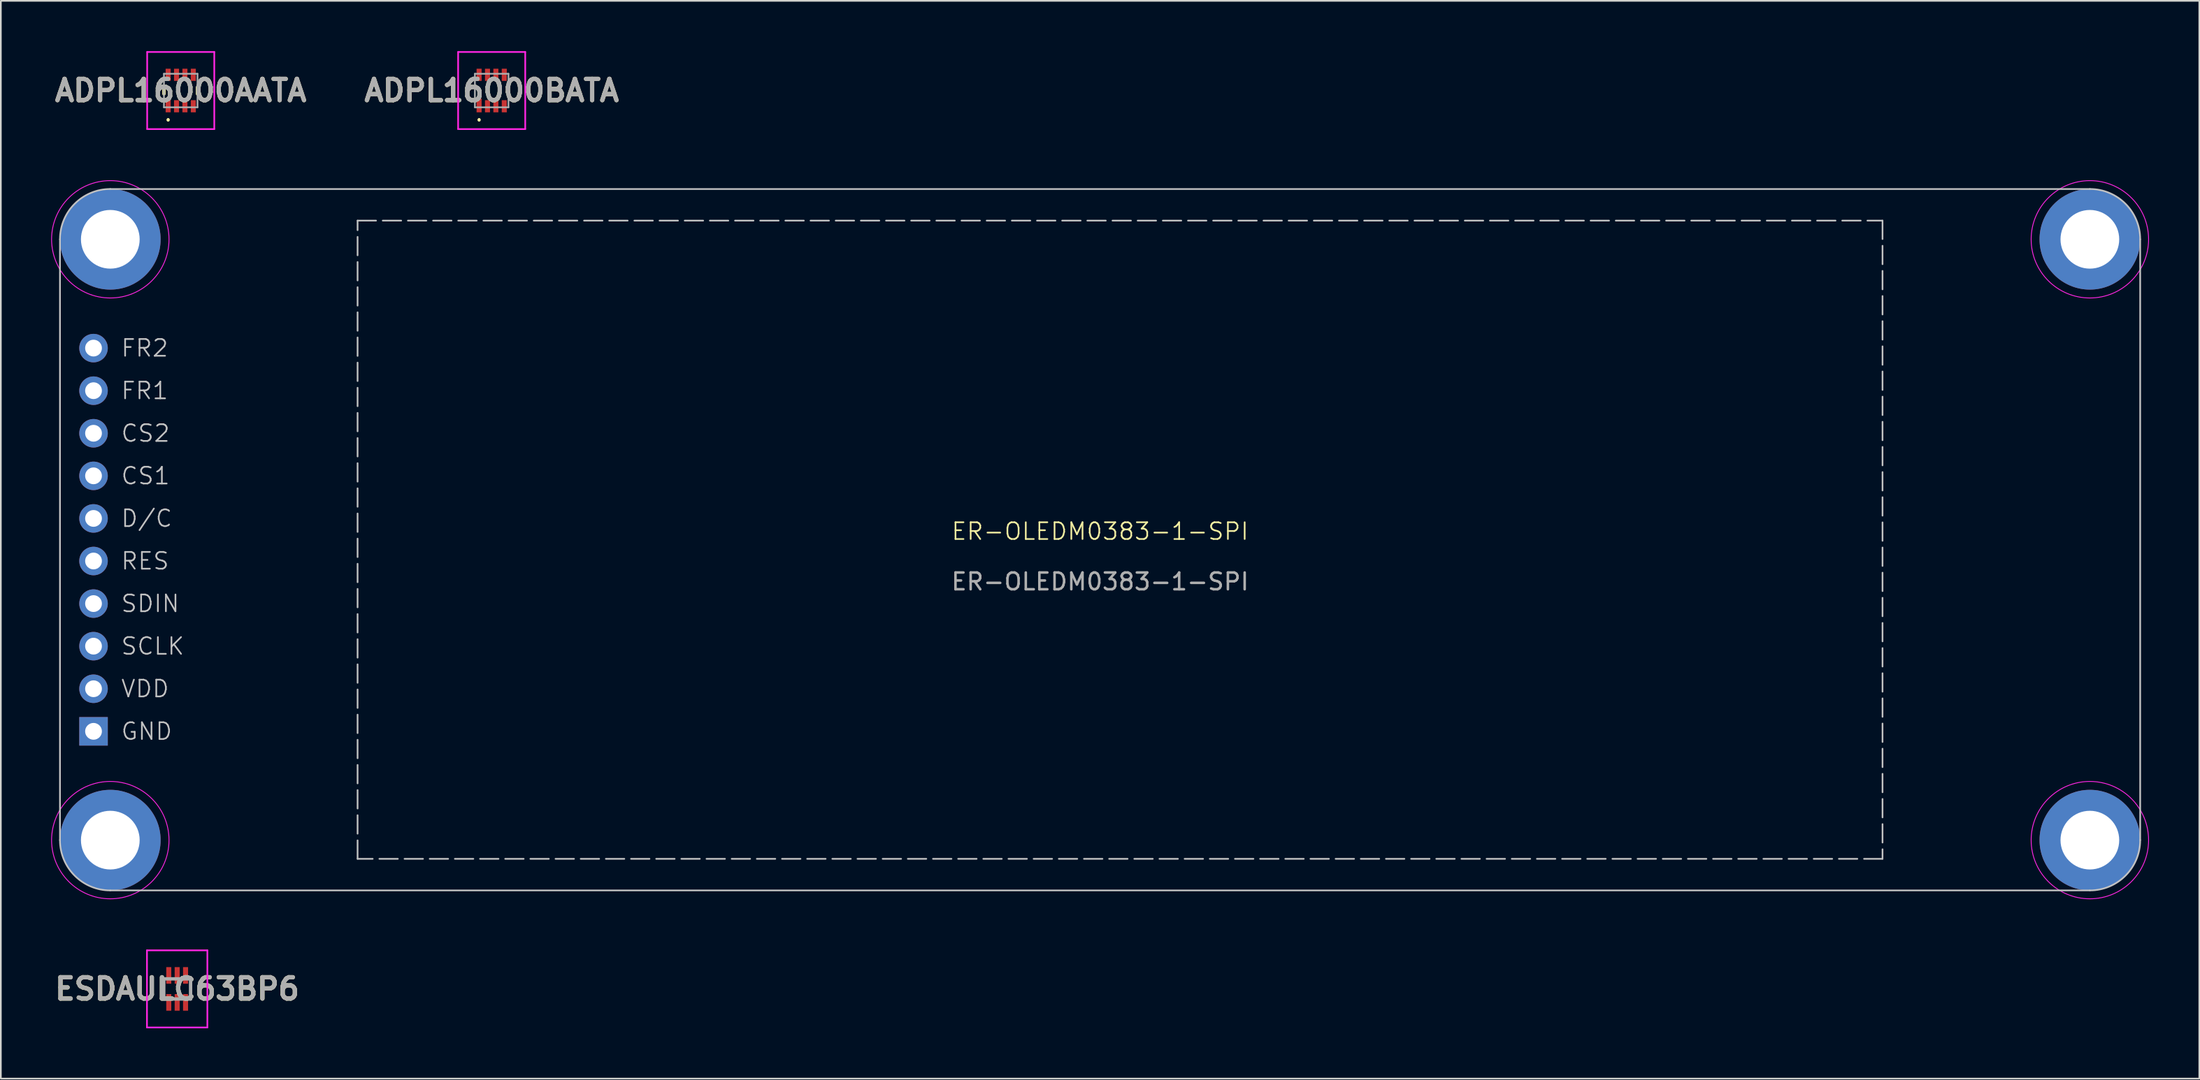
<source format=kicad_pcb>
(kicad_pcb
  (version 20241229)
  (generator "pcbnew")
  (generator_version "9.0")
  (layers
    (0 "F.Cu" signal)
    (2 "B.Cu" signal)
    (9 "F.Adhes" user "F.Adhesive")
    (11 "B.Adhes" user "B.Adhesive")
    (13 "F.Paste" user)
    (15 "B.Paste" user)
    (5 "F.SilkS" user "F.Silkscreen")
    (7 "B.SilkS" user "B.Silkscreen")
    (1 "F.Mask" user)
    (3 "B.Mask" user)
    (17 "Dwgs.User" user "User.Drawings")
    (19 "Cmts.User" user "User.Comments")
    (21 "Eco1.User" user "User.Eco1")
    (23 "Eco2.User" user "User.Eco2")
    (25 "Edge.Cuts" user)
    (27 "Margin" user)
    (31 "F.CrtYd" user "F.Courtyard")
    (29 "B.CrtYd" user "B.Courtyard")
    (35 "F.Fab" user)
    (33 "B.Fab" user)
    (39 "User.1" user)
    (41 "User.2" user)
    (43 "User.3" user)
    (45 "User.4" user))
  (footprint "ADPL16000BATA"
    (layer "F.Cu")
    (at 26.259 2.35)
    (property "Reference" "ADPL16000BATA" (at 0 0 0) (layer "F.SilkS") (effects (font (size 1.27 1.27) (thickness 0.254))))
    (attr smd)
    (fp_line (start -0.75 1.7) (end -0.75 1.7) (stroke (width 0.1) (type solid)) (layer "F.SilkS"))
    (fp_line (start -0.75 1.8) (end -0.75 1.8) (stroke (width 0.1) (type solid)) (layer "F.SilkS"))
    (fp_arc (start -0.75 1.7) (mid -0.7 1.75) (end -0.75 1.8) (stroke (width 0.1) (type solid)) (layer "F.SilkS"))
    (fp_arc (start -0.75 1.8) (mid -0.8 1.75) (end -0.75 1.7) (stroke (width 0.1) (type solid)) (layer "F.SilkS"))
    (fp_line (start -2 -2.3) (end 2 -2.3) (stroke (width 0.1) (type solid)) (layer "F.CrtYd"))
    (fp_line (start -2 2.3) (end -2 -2.3) (stroke (width 0.1) (type solid)) (layer "F.CrtYd"))
    (fp_line (start 2 -2.3) (end 2 2.3) (stroke (width 0.1) (type solid)) (layer "F.CrtYd"))
    (fp_line (start 2 2.3) (end -2 2.3) (stroke (width 0.1) (type solid)) (layer "F.CrtYd"))
    (fp_line (start -1 -1) (end 1 -1) (stroke (width 0.1) (type solid)) (layer "F.Fab"))
    (fp_line (start -1 1) (end -1 -1) (stroke (width 0.1) (type solid)) (layer "F.Fab"))
    (fp_line (start 1 -1) (end 1 1) (stroke (width 0.1) (type solid)) (layer "F.Fab"))
    (fp_line (start 1 1) (end -1 1) (stroke (width 0.1) (type solid)) (layer "F.Fab"))
    (fp_text user "${REFERENCE}" (at 0 0 0) (layer "F.Fab") (effects (font (size 1.27 1.27) (thickness 0.254))))
    (pad "1" smd rect (at -0.75 0.888) (size 0.3 0.825) (layers "F.Cu" "F.Mask" "F.Paste"))
    (pad "2" smd rect (at -0.25 0.938) (size 0.3 0.725) (layers "F.Cu" "F.Mask" "F.Paste"))
    (pad "3" smd rect (at 0.25 0.938) (size 0.3 0.725) (layers "F.Cu" "F.Mask" "F.Paste"))
    (pad "4" smd rect (at 0.75 0.938) (size 0.3 0.725) (layers "F.Cu" "F.Mask" "F.Paste"))
    (pad "5" smd rect (at 0.75 -0.938) (size 0.3 0.725) (layers "F.Cu" "F.Mask" "F.Paste"))
    (pad "6" smd rect (at 0.25 -0.938) (size 0.3 0.725) (layers "F.Cu" "F.Mask" "F.Paste"))
    (pad "7" smd rect (at -0.25 -0.938) (size 0.3 0.725) (layers "F.Cu" "F.Mask" "F.Paste"))
    (pad "8" smd rect (at -0.75 -0.938) (size 0.3 0.725) (layers "F.Cu" "F.Mask" "F.Paste")))
  (footprint "ER-OLEDM0383-1-SPI"
    (layer "F.Cu")
    (at 62.525 29.145)
    (property "Reference" "ER-OLEDM0383-1-SPI" (at 0 -0.5 0) (unlocked yes) (layer "F.SilkS") (effects (font (size 1 1) (thickness 0.1))))
    (attr smd)
    (fp_line (start -62 17.92) (end -62 -17.92) (stroke (width 0.1) (type default)) (layer "Dwgs.User"))
    (fp_line (start -59 -20.92) (end 59 -20.92) (stroke (width 0.1) (type default)) (layer "Dwgs.User"))
    (fp_line (start 59 20.92) (end -59 20.92) (stroke (width 0.1) (type default)) (layer "Dwgs.User"))
    (fp_line (start 62 -17.92) (end 62 17.92) (stroke (width 0.1) (type default)) (layer "Dwgs.User"))
    (fp_rect (start -44.26 -19.035) (end 46.64 19.035) (stroke (width 0.1) (type dash)) (fill no) (layer "Dwgs.User"))
    (fp_arc (start -62 -17.92) (mid -61.12132 -20.04132) (end -59 -20.92) (stroke (width 0.1) (type default)) (layer "Dwgs.User"))
    (fp_arc (start -59 20.92) (mid -61.12132 20.04132) (end -62 17.92) (stroke (width 0.1) (type default)) (layer "Dwgs.User"))
    (fp_arc (start 59 -20.92) (mid 61.12132 -20.04132) (end 62 -17.92) (stroke (width 0.1) (type default)) (layer "Dwgs.User"))
    (fp_arc (start 62 17.92) (mid 61.12132 20.04132) (end 59 20.92) (stroke (width 0.1) (type default)) (layer "Dwgs.User"))
    (fp_circle (center -59 -17.92) (end -55.5 -17.92) (stroke (width 0.05) (type solid)) (fill no) (layer "F.CrtYd"))
    (fp_circle (center -59 17.92) (end -55.5 17.92) (stroke (width 0.05) (type solid)) (fill no) (layer "F.CrtYd"))
    (fp_circle (center 59 -17.92) (end 62.5 -17.92) (stroke (width 0.05) (type solid)) (fill no) (layer "F.CrtYd"))
    (fp_circle (center 59 17.92) (end 62.5 17.92) (stroke (width 0.05) (type solid)) (fill no) (layer "F.CrtYd"))
    (fp_text user "GND" (at -58.42 11.43 0) (unlocked yes) (layer "Dwgs.User") (effects (font (size 1 1) (thickness 0.1)) (justify left)))
    (fp_text user "VDD" (at -58.42 8.89 0) (unlocked yes) (layer "Dwgs.User") (effects (font (size 1 1) (thickness 0.1)) (justify left)))
    (fp_text user "FR2" (at -58.42 -11.43 0) (unlocked yes) (layer "Dwgs.User") (effects (font (size 1 1) (thickness 0.1)) (justify left)))
    (fp_text user "CS1" (at -58.42 -3.81 0) (unlocked yes) (layer "Dwgs.User") (effects (font (size 1 1) (thickness 0.1)) (justify left)))
    (fp_text user "D/C" (at -58.42 -1.27 0) (unlocked yes) (layer "Dwgs.User") (effects (font (size 1 1) (thickness 0.1)) (justify left)))
    (fp_text user "FR1" (at -58.42 -8.89 0) (unlocked yes) (layer "Dwgs.User") (effects (font (size 1 1) (thickness 0.1)) (justify left)))
    (fp_text user "RES" (at -58.42 1.27 0) (unlocked yes) (layer "Dwgs.User") (effects (font (size 1 1) (thickness 0.1)) (justify left)))
    (fp_text user "SCLK" (at -58.42 6.35 0) (unlocked yes) (layer "Dwgs.User") (effects (font (size 1 1) (thickness 0.1)) (justify left)))
    (fp_text user "CS2" (at -58.42 -6.35 0) (unlocked yes) (layer "Dwgs.User") (effects (font (size 1 1) (thickness 0.1)) (justify left)))
    (fp_text user "SDIN" (at -58.42 3.81 0) (unlocked yes) (layer "Dwgs.User") (effects (font (size 1 1) (thickness 0.1)) (justify left)))
    (fp_text user "${REFERENCE}" (at 0 2.5 0) (unlocked yes) (layer "F.Fab") (effects (font (size 1 1) (thickness 0.15))))
    (pad "1" thru_hole rect (at -60 11.43 180) (size 1.7 1.7) (drill 1) (layers "*.Cu" "*.Mask"))
    (pad "2" thru_hole circle (at -60 8.89 180) (size 1.7 1.7) (drill 1) (layers "*.Cu" "*.Mask"))
    (pad "3" thru_hole circle (at -60 6.35 180) (size 1.7 1.7) (drill 1) (layers "*.Cu" "*.Mask"))
    (pad "4" thru_hole circle (at -60 3.81 180) (size 1.7 1.7) (drill 1) (layers "*.Cu" "*.Mask"))
    (pad "5" thru_hole circle (at -60 1.27 180) (size 1.7 1.7) (drill 1) (layers "*.Cu" "*.Mask"))
    (pad "6" thru_hole circle (at -60 -1.27 180) (size 1.7 1.7) (drill 1) (layers "*.Cu" "*.Mask"))
    (pad "7" thru_hole circle (at -60 -3.81 180) (size 1.7 1.7) (drill 1) (layers "*.Cu" "*.Mask"))
    (pad "8" thru_hole circle (at -60 -6.35 180) (size 1.7 1.7) (drill 1) (layers "*.Cu" "*.Mask"))
    (pad "9" thru_hole circle (at -60 -8.89 180) (size 1.7 1.7) (drill 1) (layers "*.Cu" "*.Mask"))
    (pad "10" thru_hole circle (at -60 -11.43 180) (size 1.7 1.7) (drill 1) (layers "*.Cu" "*.Mask"))
    (pad "MH" thru_hole circle (at -59 -17.92) (size 6 6) (drill 3.5) (layers "*.Cu" "*.Mask"))
    (pad "MH" thru_hole circle (at -59 17.92) (size 6 6) (drill 3.5) (layers "*.Cu" "*.Mask"))
    (pad "MH" thru_hole circle (at 59 -17.92) (size 6 6) (drill 3.5) (layers "*.Cu" "*.Mask"))
    (pad "MH" thru_hole circle (at 59 17.92) (size 6 6) (drill 3.5) (layers "*.Cu" "*.Mask")))
  (footprint "ADPL16000AATA"
    (layer "F.Cu")
    (at 7.723 2.35)
    (property "Reference" "ADPL16000AATA" (at 0 0 0) (layer "F.SilkS") (effects (font (size 1.27 1.27) (thickness 0.254))))
    (attr smd)
    (fp_line (start -1 -0.2) (end -1 0.2) (stroke (width 0.2) (type solid)) (layer "F.SilkS"))
    (fp_line (start -0.75 1.7) (end -0.75 1.7) (stroke (width 0.1) (type solid)) (layer "F.SilkS"))
    (fp_line (start -0.75 1.8) (end -0.75 1.8) (stroke (width 0.1) (type solid)) (layer "F.SilkS"))
    (fp_line (start 1 -0.2) (end 1 0.2) (stroke (width 0.2) (type solid)) (layer "F.SilkS"))
    (fp_arc (start -0.75 1.7) (mid -0.7 1.75) (end -0.75 1.8) (stroke (width 0.1) (type solid)) (layer "F.SilkS"))
    (fp_arc (start -0.75 1.8) (mid -0.8 1.75) (end -0.75 1.7) (stroke (width 0.1) (type solid)) (layer "F.SilkS"))
    (fp_line (start -2 -2.3) (end 2 -2.3) (stroke (width 0.1) (type solid)) (layer "F.CrtYd"))
    (fp_line (start -2 2.3) (end -2 -2.3) (stroke (width 0.1) (type solid)) (layer "F.CrtYd"))
    (fp_line (start 2 -2.3) (end 2 2.3) (stroke (width 0.1) (type solid)) (layer "F.CrtYd"))
    (fp_line (start 2 2.3) (end -2 2.3) (stroke (width 0.1) (type solid)) (layer "F.CrtYd"))
    (fp_line (start -1 -1) (end 1 -1) (stroke (width 0.1) (type solid)) (layer "F.Fab"))
    (fp_line (start -1 1) (end -1 -1) (stroke (width 0.1) (type solid)) (layer "F.Fab"))
    (fp_line (start 1 -1) (end 1 1) (stroke (width 0.1) (type solid)) (layer "F.Fab"))
    (fp_line (start 1 1) (end -1 1) (stroke (width 0.1) (type solid)) (layer "F.Fab"))
    (fp_text user "${REFERENCE}" (at 0 0 0) (layer "F.Fab") (effects (font (size 1.27 1.27) (thickness 0.254))))
    (pad "1" smd rect (at -0.75 0.888) (size 0.3 0.825) (layers "F.Cu" "F.Mask" "F.Paste"))
    (pad "2" smd rect (at -0.25 0.938) (size 0.3 0.725) (layers "F.Cu" "F.Mask" "F.Paste"))
    (pad "3" smd rect (at 0.25 0.938) (size 0.3 0.725) (layers "F.Cu" "F.Mask" "F.Paste"))
    (pad "4" smd rect (at 0.75 0.938) (size 0.3 0.725) (layers "F.Cu" "F.Mask" "F.Paste"))
    (pad "5" smd rect (at 0.75 -0.938) (size 0.3 0.725) (layers "F.Cu" "F.Mask" "F.Paste"))
    (pad "6" smd rect (at 0.25 -0.938) (size 0.3 0.725) (layers "F.Cu" "F.Mask" "F.Paste"))
    (pad "7" smd rect (at -0.25 -0.938) (size 0.3 0.725) (layers "F.Cu" "F.Mask" "F.Paste"))
    (pad "8" smd rect (at -0.75 -0.938) (size 0.3 0.725) (layers "F.Cu" "F.Mask" "F.Paste")))
  (footprint "ESDAULC63BP6"
    (layer "F.Cu")
    (at 7.511 55.94)
    (property "Reference" "ESDAULC63BP6" (at 0 0 0) (layer "F.SilkS") (effects (font (size 1.27 1.27) (thickness 0.254))))
    (attr smd)
    (fp_line (start -0.8 -0.6) (end -0.8 0.6) (stroke (width 0.1) (type solid)) (layer "F.SilkS"))
    (fp_line (start 0.8 -0.6) (end 0.8 0.6) (stroke (width 0.1) (type solid)) (layer "F.SilkS"))
    (fp_line (start -1.8 -2.3) (end 1.8 -2.3) (stroke (width 0.1) (type solid)) (layer "F.CrtYd"))
    (fp_line (start -1.8 2.3) (end -1.8 -2.3) (stroke (width 0.1) (type solid)) (layer "F.CrtYd"))
    (fp_line (start 1.8 -2.3) (end 1.8 2.3) (stroke (width 0.1) (type solid)) (layer "F.CrtYd"))
    (fp_line (start 1.8 2.3) (end -1.8 2.3) (stroke (width 0.1) (type solid)) (layer "F.CrtYd"))
    (fp_line (start -0.8 -0.6) (end 0.8 -0.6) (stroke (width 0.2) (type solid)) (layer "F.Fab"))
    (fp_line (start -0.8 0.6) (end -0.8 -0.6) (stroke (width 0.2) (type solid)) (layer "F.Fab"))
    (fp_line (start 0.8 -0.6) (end 0.8 0.6) (stroke (width 0.2) (type solid)) (layer "F.Fab"))
    (fp_line (start 0.8 0.6) (end -0.8 0.6) (stroke (width 0.2) (type solid)) (layer "F.Fab"))
    (fp_text user "${REFERENCE}" (at 0 0 0) (layer "F.Fab") (effects (font (size 1.27 1.27) (thickness 0.254))))
    (pad "1" smd rect (at -0.5 0.805) (size 0.3 0.99) (layers "F.Cu" "F.Mask" "F.Paste"))
    (pad "2" smd rect (at 0 0.805) (size 0.3 0.99) (layers "F.Cu" "F.Mask" "F.Paste"))
    (pad "3" smd rect (at 0.5 0.805) (size 0.3 0.99) (layers "F.Cu" "F.Mask" "F.Paste"))
    (pad "4" smd rect (at 0.5 -0.805) (size 0.3 0.99) (layers "F.Cu" "F.Mask" "F.Paste"))
    (pad "5" smd rect (at 0 -0.805) (size 0.3 0.99) (layers "F.Cu" "F.Mask" "F.Paste"))
    (pad "6" smd rect (at -0.5 -0.805) (size 0.3 0.99) (layers "F.Cu" "F.Mask" "F.Paste")))
  (gr_rect
    (start -3 -3)
    (end 128.05 61.29)
    (stroke (width 0.1) (type default))
    (fill no)
    (layer "Edge.Cuts")))
</source>
